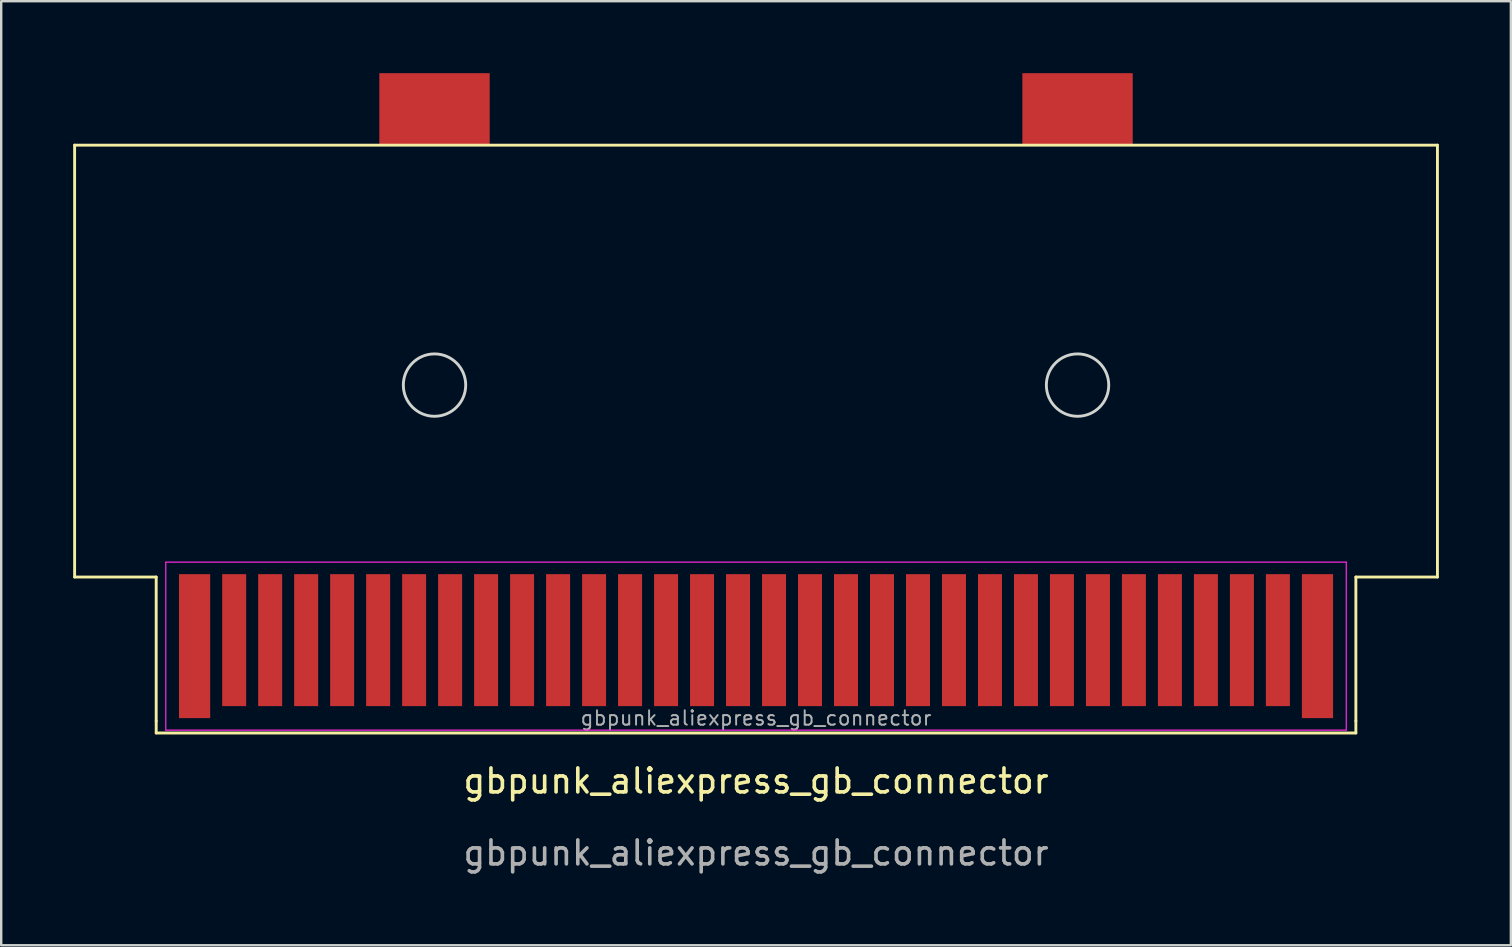
<source format=kicad_pcb>
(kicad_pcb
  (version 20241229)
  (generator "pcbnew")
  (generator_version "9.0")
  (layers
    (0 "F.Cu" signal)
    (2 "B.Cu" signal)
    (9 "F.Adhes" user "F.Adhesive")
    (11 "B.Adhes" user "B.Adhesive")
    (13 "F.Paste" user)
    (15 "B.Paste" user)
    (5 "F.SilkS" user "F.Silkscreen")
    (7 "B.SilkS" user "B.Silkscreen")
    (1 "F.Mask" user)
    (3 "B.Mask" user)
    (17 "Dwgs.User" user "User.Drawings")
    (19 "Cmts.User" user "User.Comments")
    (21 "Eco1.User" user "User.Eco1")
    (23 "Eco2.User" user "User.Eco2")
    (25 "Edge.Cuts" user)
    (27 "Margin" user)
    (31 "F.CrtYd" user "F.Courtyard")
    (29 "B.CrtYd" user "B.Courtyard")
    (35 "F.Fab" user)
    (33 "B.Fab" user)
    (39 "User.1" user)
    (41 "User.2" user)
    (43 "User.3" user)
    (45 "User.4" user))
  (footprint "gbpunk_aliexpress_gb_connector"
    (layer "F.Cu")
    (at 28.46 30)
    (property "Reference" "gbpunk_aliexpress_gb_connector" (at 0 -0.5 0) (unlocked yes) (layer "F.SilkS") (effects (font (size 1 1) (thickness 0.15))))
    (attr smd)
    (fp_line (start -28.4 -27) (end 28.4 -27) (stroke (width 0.12) (type solid)) (layer "F.SilkS"))
    (fp_line (start -28.4 -9) (end -28.4 -27) (stroke (width 0.12) (type solid)) (layer "F.SilkS"))
    (fp_line (start -25 -9) (end -28.4 -9) (stroke (width 0.12) (type solid)) (layer "F.SilkS"))
    (fp_line (start -25 -9) (end -25 -3) (stroke (width 0.12) (type solid)) (layer "F.SilkS"))
    (fp_line (start -25 -3) (end -25 -2.5) (stroke (width 0.12) (type solid)) (layer "F.SilkS"))
    (fp_line (start -25 -2.5) (end 25 -2.5) (stroke (width 0.12) (type solid)) (layer "F.SilkS"))
    (fp_line (start 25 -9) (end 25 -3) (stroke (width 0.12) (type solid)) (layer "F.SilkS"))
    (fp_line (start 25 -9) (end 28.4 -9) (stroke (width 0.12) (type solid)) (layer "F.SilkS"))
    (fp_line (start 25 -2.5) (end 25 -3) (stroke (width 0.12) (type solid)) (layer "F.SilkS"))
    (fp_line (start 28.4 -9) (end 28.4 -27) (stroke (width 0.12) (type solid)) (layer "F.SilkS"))
    (fp_circle (center -13.4 -17) (end -12.1 -17) (stroke (width 0.12) (type solid)) (fill no) (layer "Edge.Cuts"))
    (fp_circle (center 13.4 -17) (end 13.4 -18.3) (stroke (width 0.12) (type solid)) (fill no) (layer "Edge.Cuts"))
    (fp_line (start -24.6 -9.62) (end 24.6 -9.62) (stroke (width 0.05) (type solid)) (layer "F.CrtYd"))
    (fp_line (start -24.6 -2.62) (end -24.6 -9.62) (stroke (width 0.05) (type solid)) (layer "F.CrtYd"))
    (fp_line (start 24.6 -9.62) (end 24.6 -2.62) (stroke (width 0.05) (type solid)) (layer "F.CrtYd"))
    (fp_line (start 24.6 -2.62) (end -24.6 -2.62) (stroke (width 0.05) (type solid)) (layer "F.CrtYd"))
    (fp_text user "${REFERENCE}" (at 0 2.5 0) (unlocked yes) (layer "F.Fab") (effects (font (size 1 1) (thickness 0.15))))
    (fp_text user "${REFERENCE}" (at 0 -3.12 180) (layer "F.Fab") (effects (font (size 0.6 0.6) (thickness 0.08))))
    (pad "1" connect rect (at -23.4 -6.12 270) (size 6 1.3) (layers "F.Cu" "F.Mask"))
    (pad "2" connect rect (at -21.75 -6.37 270) (size 5.5 1) (layers "F.Cu" "F.Mask"))
    (pad "3" connect rect (at -20.25 -6.37 270) (size 5.5 1) (layers "F.Cu" "F.Mask"))
    (pad "4" connect rect (at -18.75 -6.37 270) (size 5.5 1) (layers "F.Cu" "F.Mask"))
    (pad "5" connect rect (at -17.25 -6.37 270) (size 5.5 1) (layers "F.Cu" "F.Mask"))
    (pad "6" connect rect (at -15.75 -6.37 270) (size 5.5 1) (layers "F.Cu" "F.Mask"))
    (pad "7" connect rect (at -14.25 -6.37 270) (size 5.5 1) (layers "F.Cu" "F.Mask"))
    (pad "8" connect rect (at -12.75 -6.37 270) (size 5.5 1) (layers "F.Cu" "F.Mask"))
    (pad "9" connect rect (at -11.25 -6.37 270) (size 5.5 1) (layers "F.Cu" "F.Mask"))
    (pad "10" connect rect (at -9.75 -6.37 270) (size 5.5 1) (layers "F.Cu" "F.Mask"))
    (pad "11" connect rect (at -8.25 -6.37 270) (size 5.5 1) (layers "F.Cu" "F.Mask"))
    (pad "12" connect rect (at -6.75 -6.37 270) (size 5.5 1) (layers "F.Cu" "F.Mask"))
    (pad "13" connect rect (at -5.25 -6.37 270) (size 5.5 1) (layers "F.Cu" "F.Mask"))
    (pad "14" connect rect (at -3.75 -6.37 270) (size 5.5 1) (layers "F.Cu" "F.Mask"))
    (pad "15" connect rect (at -2.25 -6.37 270) (size 5.5 1) (layers "F.Cu" "F.Mask"))
    (pad "16" connect rect (at -0.75 -6.37 270) (size 5.5 1) (layers "F.Cu" "F.Mask"))
    (pad "17" connect rect (at 0.75 -6.37 270) (size 5.5 1) (layers "F.Cu" "F.Mask"))
    (pad "18" connect rect (at 2.25 -6.37 270) (size 5.5 1) (layers "F.Cu" "F.Mask"))
    (pad "19" connect rect (at 3.75 -6.37 270) (size 5.5 1) (layers "F.Cu" "F.Mask"))
    (pad "20" connect rect (at 5.25 -6.37 270) (size 5.5 1) (layers "F.Cu" "F.Mask"))
    (pad "21" connect rect (at 6.75 -6.37 270) (size 5.5 1) (layers "F.Cu" "F.Mask"))
    (pad "22" connect rect (at 8.25 -6.37 270) (size 5.5 1) (layers "F.Cu" "F.Mask"))
    (pad "23" connect rect (at 9.75 -6.37 270) (size 5.5 1) (layers "F.Cu" "F.Mask"))
    (pad "24" connect rect (at 11.25 -6.37 270) (size 5.5 1) (layers "F.Cu" "F.Mask"))
    (pad "25" connect rect (at 12.75 -6.37 270) (size 5.5 1) (layers "F.Cu" "F.Mask"))
    (pad "26" connect rect (at 14.25 -6.37 270) (size 5.5 1) (layers "F.Cu" "F.Mask"))
    (pad "27" connect rect (at 15.75 -6.37 270) (size 5.5 1) (layers "F.Cu" "F.Mask"))
    (pad "28" connect rect (at 17.25 -6.37 270) (size 5.5 1) (layers "F.Cu" "F.Mask"))
    (pad "29" connect rect (at 18.75 -6.37 270) (size 5.5 1) (layers "F.Cu" "F.Mask"))
    (pad "30" connect rect (at 20.25 -6.37 270) (size 5.5 1) (layers "F.Cu" "F.Mask"))
    (pad "31" connect rect (at 21.75 -6.37 270) (size 5.5 1) (layers "F.Cu" "F.Mask"))
    (pad "32" connect rect (at -13.4 -28.5 270) (size 3 4.6) (layers "F.Cu" "F.Mask"))
    (pad "32" connect rect (at 13.4 -28.5 270) (size 3 4.6) (layers "F.Cu" "F.Mask"))
    (pad "32" connect rect (at 23.4 -6.12 270) (size 6 1.3) (layers "F.Cu" "F.Mask")))
  (gr_rect
    (start -3 -3)
    (end 59.92 36.348)
    (stroke (width 0.1) (type default))
    (fill no)
    (layer "Edge.Cuts")))
</source>
